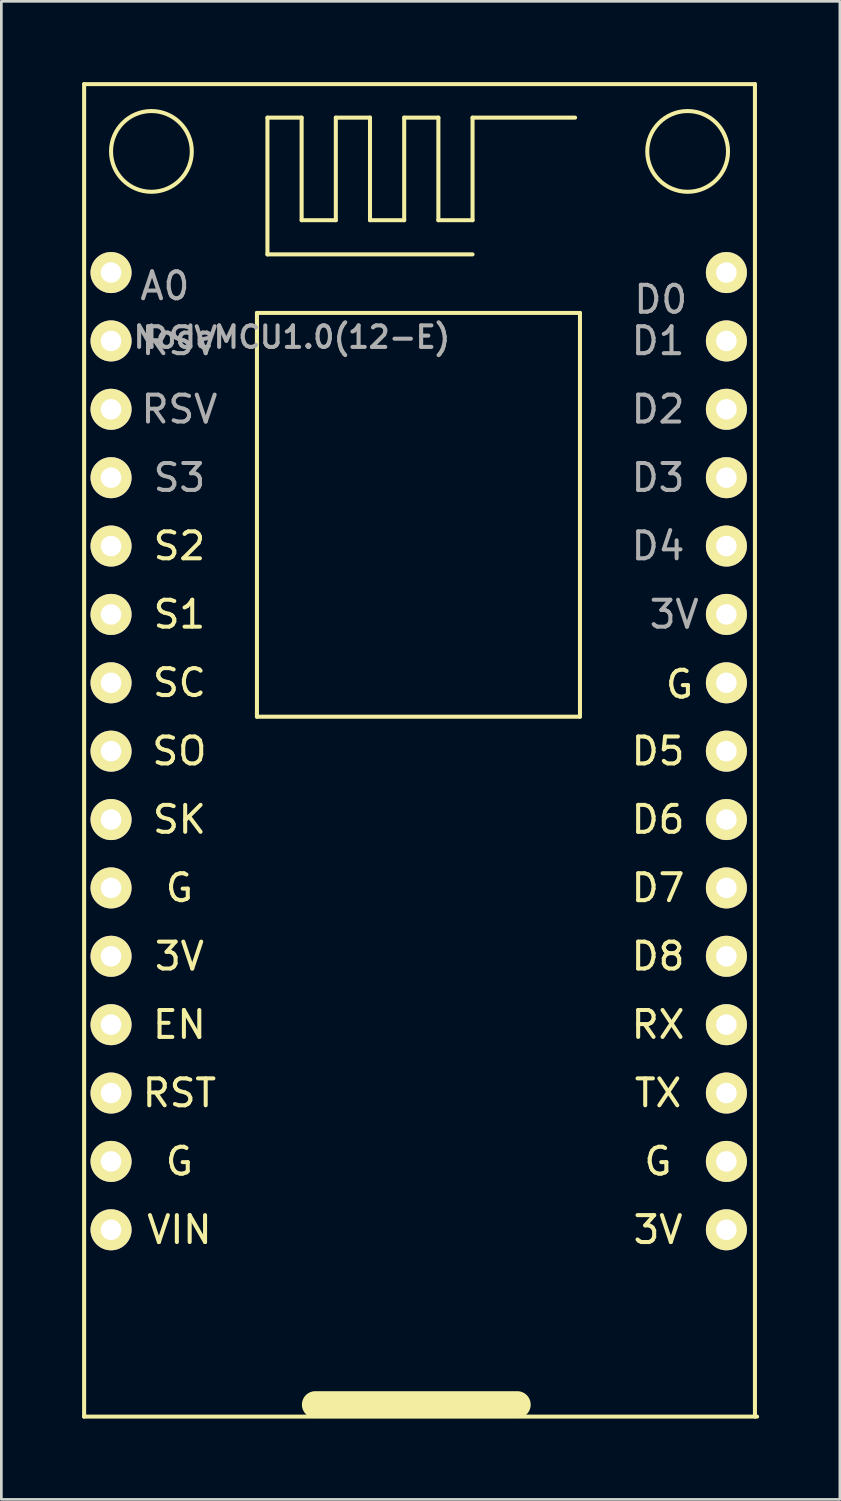
<source format=kicad_pcb>
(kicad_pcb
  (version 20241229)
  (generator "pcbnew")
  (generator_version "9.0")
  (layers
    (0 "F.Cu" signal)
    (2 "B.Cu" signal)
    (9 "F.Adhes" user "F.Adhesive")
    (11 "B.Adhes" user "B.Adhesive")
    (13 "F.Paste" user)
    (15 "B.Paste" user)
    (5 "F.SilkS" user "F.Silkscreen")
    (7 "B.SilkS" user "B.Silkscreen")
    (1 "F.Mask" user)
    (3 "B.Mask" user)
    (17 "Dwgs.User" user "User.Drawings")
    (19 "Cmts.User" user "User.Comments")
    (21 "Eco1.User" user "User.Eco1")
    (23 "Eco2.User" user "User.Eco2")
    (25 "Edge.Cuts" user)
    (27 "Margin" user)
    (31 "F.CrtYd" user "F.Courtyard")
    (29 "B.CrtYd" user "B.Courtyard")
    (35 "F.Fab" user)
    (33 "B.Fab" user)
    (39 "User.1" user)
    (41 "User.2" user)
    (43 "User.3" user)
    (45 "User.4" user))
  (footprint "NodeMCU1.0(12-E)"
    (layer "F.Cu")
    (at 12.465 28.03)
    (property "Reference" "NodeMCU1.0(12-E)" (at -4.67 -18.555 0) (layer "F.Fab") (effects (font (size 0.8 0.8) (thickness 0.15))))
    (attr through_hole)
    (fp_line (start -12.39 -27.955) (end -12.39 21.545) (stroke (width 0.15) (type solid)) (layer "F.SilkS"))
    (fp_line (start -12.39 21.545) (end 12.61 21.545) (stroke (width 0.15) (type solid)) (layer "F.SilkS"))
    (fp_line (start -5.97 -19.455) (end 6.03 -19.455) (stroke (width 0.15) (type solid)) (layer "F.SilkS"))
    (fp_line (start -5.97 -4.455) (end -5.97 -19.455) (stroke (width 0.15) (type solid)) (layer "F.SilkS"))
    (fp_line (start -5.58 -26.71) (end -4.31 -26.71) (stroke (width 0.15) (type solid)) (layer "F.SilkS"))
    (fp_line (start -5.58 -21.63) (end -5.58 -26.71) (stroke (width 0.15) (type solid)) (layer "F.SilkS"))
    (fp_line (start -4.31 -26.71) (end -4.31 -22.9) (stroke (width 0.15) (type solid)) (layer "F.SilkS"))
    (fp_line (start -4.31 -22.9) (end -3.04 -22.9) (stroke (width 0.15) (type solid)) (layer "F.SilkS"))
    (fp_line (start -3.8 21.1) (end 3.7 21.1) (stroke (width 1) (type solid)) (layer "F.SilkS"))
    (fp_line (start -3.04 -26.71) (end -1.77 -26.71) (stroke (width 0.15) (type solid)) (layer "F.SilkS"))
    (fp_line (start -3.04 -22.9) (end -3.04 -26.71) (stroke (width 0.15) (type solid)) (layer "F.SilkS"))
    (fp_line (start -1.77 -26.71) (end -1.77 -22.9) (stroke (width 0.15) (type solid)) (layer "F.SilkS"))
    (fp_line (start -1.77 -22.9) (end -0.5 -22.9) (stroke (width 0.15) (type solid)) (layer "F.SilkS"))
    (fp_line (start -0.5 -26.71) (end 0.77 -26.71) (stroke (width 0.15) (type solid)) (layer "F.SilkS"))
    (fp_line (start -0.5 -22.9) (end -0.5 -26.71) (stroke (width 0.15) (type solid)) (layer "F.SilkS"))
    (fp_line (start 0.77 -26.71) (end 0.77 -22.9) (stroke (width 0.15) (type solid)) (layer "F.SilkS"))
    (fp_line (start 0.77 -22.9) (end 2.04 -22.9) (stroke (width 0.15) (type solid)) (layer "F.SilkS"))
    (fp_line (start 2.04 -26.71) (end 5.85 -26.71) (stroke (width 0.15) (type solid)) (layer "F.SilkS"))
    (fp_line (start 2.04 -22.9) (end 2.04 -26.71) (stroke (width 0.15) (type solid)) (layer "F.SilkS"))
    (fp_line (start 2.04 -21.63) (end -5.58 -21.63) (stroke (width 0.15) (type solid)) (layer "F.SilkS"))
    (fp_line (start 6.03 -19.455) (end 6.03 -4.455) (stroke (width 0.15) (type solid)) (layer "F.SilkS"))
    (fp_line (start 6.03 -4.455) (end -5.97 -4.455) (stroke (width 0.15) (type solid)) (layer "F.SilkS"))
    (fp_line (start 12.53 -27.955) (end -12.39 -27.955) (stroke (width 0.15) (type solid)) (layer "F.SilkS"))
    (fp_line (start 12.53 21.545) (end 12.53 -27.955) (stroke (width 0.15) (type solid)) (layer "F.SilkS"))
    (fp_circle (center -9.89 -25.455) (end -8.39 -25.455) (stroke (width 0.15) (type solid)) (fill no) (layer "F.SilkS"))
    (fp_circle (center 10.03 -25.455) (end 11.53 -25.455) (stroke (width 0.15) (type solid)) (fill no) (layer "F.SilkS"))
    (fp_text user "TX" (at 8.93 9.525 0) (layer "F.SilkS") (effects (font (size 1 1) (thickness 0.15))))
    (fp_text user "RX" (at 8.93 6.985 0) (layer "F.SilkS") (effects (font (size 1 1) (thickness 0.15))))
    (fp_text user "VIN" (at -8.85 14.605 0) (layer "F.SilkS") (effects (font (size 1 1) (thickness 0.15))))
    (fp_text user "SC" (at -8.85 -5.715 0) (layer "F.SilkS") (effects (font (size 1 1) (thickness 0.15))))
    (fp_text user "D5" (at 8.93 -3.175 0) (layer "F.SilkS") (effects (font (size 1 1) (thickness 0.15))))
    (fp_text user "RST" (at -8.85 9.525 0) (layer "F.SilkS") (effects (font (size 1 1) (thickness 0.15))))
    (fp_text user "D8" (at 8.93 4.445 0) (layer "F.SilkS") (effects (font (size 1 1) (thickness 0.15))))
    (fp_text user "3V" (at 8.93 14.605 0) (layer "F.SilkS") (effects (font (size 1 1) (thickness 0.15))))
    (fp_text user "G" (at -8.85 12.065 0) (layer "F.SilkS") (effects (font (size 1 1) (thickness 0.15))))
    (fp_text user "SK" (at -8.85 -0.635 0) (layer "F.SilkS") (effects (font (size 1 1) (thickness 0.15))))
    (fp_text user "G" (at -8.85 1.905 0) (layer "F.SilkS") (effects (font (size 1 1) (thickness 0.15))))
    (fp_text user "SO" (at -8.85 -3.175 0) (layer "F.SilkS") (effects (font (size 1 1) (thickness 0.15))))
    (fp_text user "S1" (at -8.85 -8.255 0) (layer "F.SilkS") (effects (font (size 1 1) (thickness 0.15))))
    (fp_text user "S2" (at -8.85 -10.795 0) (layer "F.SilkS") (effects (font (size 1 1) (thickness 0.15))))
    (fp_text user "D6" (at 8.93 -0.635 0) (layer "F.SilkS") (effects (font (size 1 1) (thickness 0.15))))
    (fp_text user "D7" (at 8.93 1.905 0) (layer "F.SilkS") (effects (font (size 1 1) (thickness 0.15))))
    (fp_text user "G" (at 8.93 12.065 0) (layer "F.SilkS") (effects (font (size 1 1) (thickness 0.15))))
    (fp_text user "EN" (at -8.85 6.985 0) (layer "F.SilkS") (effects (font (size 1 1) (thickness 0.15))))
    (fp_text user "G" (at 9.73 -5.655 0) (layer "F.SilkS") (effects (font (size 1 1) (thickness 0.15))))
    (fp_text user "3V" (at -8.85 4.445 0) (layer "F.SilkS") (effects (font (size 1 1) (thickness 0.15))))
    (fp_text user "3V" (at 9.53 -8.255 0) (layer "F.Fab") (effects (font (size 1 1) (thickness 0.15))))
    (fp_text user "D3" (at 8.93 -13.335 0) (layer "F.Fab") (effects (font (size 1 1) (thickness 0.15))))
    (fp_text user "D1" (at 8.93 -18.415 0) (layer "F.Fab") (effects (font (size 1 1) (thickness 0.15))))
    (fp_text user "D0" (at 9.03 -19.955 0) (layer "F.Fab") (effects (font (size 1 1) (thickness 0.15))))
    (fp_text user "S3" (at -8.85 -13.335 0) (layer "F.Fab") (effects (font (size 1 1) (thickness 0.15))))
    (fp_text user "RSV" (at -8.85 -18.415 0) (layer "F.Fab") (effects (font (size 1 1) (thickness 0.15))))
    (fp_text user "D2" (at 8.93 -15.875 0) (layer "F.Fab") (effects (font (size 1 1) (thickness 0.15))))
    (fp_text user "RSV" (at -8.85 -15.875 0) (layer "F.Fab") (effects (font (size 1 1) (thickness 0.15))))
    (fp_text user "A0" (at -9.39 -20.455 0) (layer "F.Fab") (effects (font (size 1 1) (thickness 0.15))))
    (fp_text user "D4" (at 8.93 -10.795 0) (layer "F.Fab") (effects (font (size 1 1) (thickness 0.15))))
    (pad "1" thru_hole circle (at -11.39 -20.955) (size 1.524 1.524) (drill 0.762) (layers "*.Cu" "*.Mask" "F.SilkS"))
    (pad "2" thru_hole circle (at -11.39 -18.415) (size 1.524 1.524) (drill 0.762) (layers "*.Cu" "*.Mask" "F.SilkS"))
    (pad "3" thru_hole circle (at -11.39 -15.875) (size 1.524 1.524) (drill 0.762) (layers "*.Cu" "*.Mask" "F.SilkS"))
    (pad "4" thru_hole circle (at -11.39 -13.335) (size 1.524 1.524) (drill 0.762) (layers "*.Cu" "*.Mask" "F.SilkS"))
    (pad "5" thru_hole circle (at -11.39 -10.795) (size 1.524 1.524) (drill 0.762) (layers "*.Cu" "*.Mask" "F.SilkS"))
    (pad "6" thru_hole circle (at -11.39 -8.255) (size 1.524 1.524) (drill 0.762) (layers "*.Cu" "*.Mask" "F.SilkS"))
    (pad "7" thru_hole circle (at -11.39 -5.715) (size 1.524 1.524) (drill 0.762) (layers "*.Cu" "*.Mask" "F.SilkS"))
    (pad "8" thru_hole circle (at -11.39 -3.175) (size 1.524 1.524) (drill 0.762) (layers "*.Cu" "*.Mask" "F.SilkS"))
    (pad "9" thru_hole circle (at -11.39 -0.635) (size 1.524 1.524) (drill 0.762) (layers "*.Cu" "*.Mask" "F.SilkS"))
    (pad "10" thru_hole circle (at -11.39 1.905) (size 1.524 1.524) (drill 0.762) (layers "*.Cu" "*.Mask" "F.SilkS"))
    (pad "11" thru_hole circle (at -11.39 4.445) (size 1.524 1.524) (drill 0.762) (layers "*.Cu" "*.Mask" "F.SilkS"))
    (pad "12" thru_hole circle (at -11.39 6.985) (size 1.524 1.524) (drill 0.762) (layers "*.Cu" "*.Mask" "F.SilkS"))
    (pad "13" thru_hole circle (at -11.39 9.525) (size 1.524 1.524) (drill 0.762) (layers "*.Cu" "*.Mask" "F.SilkS"))
    (pad "14" thru_hole circle (at -11.39 12.065) (size 1.524 1.524) (drill 0.762) (layers "*.Cu" "*.Mask" "F.SilkS"))
    (pad "15" thru_hole circle (at -11.39 14.605) (size 1.524 1.524) (drill 0.762) (layers "*.Cu" "*.Mask" "F.SilkS"))
    (pad "16" thru_hole circle (at 11.47 14.605) (size 1.524 1.524) (drill 0.762) (layers "*.Cu" "*.Mask" "F.SilkS"))
    (pad "17" thru_hole circle (at 11.47 12.065) (size 1.524 1.524) (drill 0.762) (layers "*.Cu" "*.Mask" "F.SilkS"))
    (pad "18" thru_hole circle (at 11.47 9.525) (size 1.524 1.524) (drill 0.762) (layers "*.Cu" "*.Mask" "F.SilkS"))
    (pad "19" thru_hole circle (at 11.47 6.985) (size 1.524 1.524) (drill 0.762) (layers "*.Cu" "*.Mask" "F.SilkS"))
    (pad "20" thru_hole circle (at 11.47 4.445) (size 1.524 1.524) (drill 0.762) (layers "*.Cu" "*.Mask" "F.SilkS"))
    (pad "21" thru_hole circle (at 11.47 1.905) (size 1.524 1.524) (drill 0.762) (layers "*.Cu" "*.Mask" "F.SilkS"))
    (pad "22" thru_hole circle (at 11.47 -0.635) (size 1.524 1.524) (drill 0.762) (layers "*.Cu" "*.Mask" "F.SilkS"))
    (pad "23" thru_hole circle (at 11.47 -3.175) (size 1.524 1.524) (drill 0.762) (layers "*.Cu" "*.Mask" "F.SilkS"))
    (pad "24" thru_hole circle (at 11.47 -5.715) (size 1.524 1.524) (drill 0.762) (layers "*.Cu" "*.Mask" "F.SilkS"))
    (pad "25" thru_hole circle (at 11.47 -8.255) (size 1.524 1.524) (drill 0.762) (layers "*.Cu" "*.Mask" "F.SilkS"))
    (pad "26" thru_hole circle (at 11.47 -10.795) (size 1.524 1.524) (drill 0.762) (layers "*.Cu" "*.Mask" "F.SilkS"))
    (pad "27" thru_hole circle (at 11.47 -13.335) (size 1.524 1.524) (drill 0.762) (layers "*.Cu" "*.Mask" "F.SilkS"))
    (pad "28" thru_hole circle (at 11.47 -15.875) (size 1.524 1.524) (drill 0.762) (layers "*.Cu" "*.Mask" "F.SilkS"))
    (pad "29" thru_hole circle (at 11.47 -18.415) (size 1.524 1.524) (drill 0.762) (layers "*.Cu" "*.Mask" "F.SilkS"))
    (pad "30" thru_hole circle (at 11.47 -20.955) (size 1.524 1.524) (drill 0.762) (layers "*.Cu" "*.Mask" "F.SilkS")))
  (gr_rect
    (start -3 -3)
    (end 28.15 52.65)
    (stroke (width 0.1) (type default))
    (fill no)
    (layer "Edge.Cuts")))
</source>
